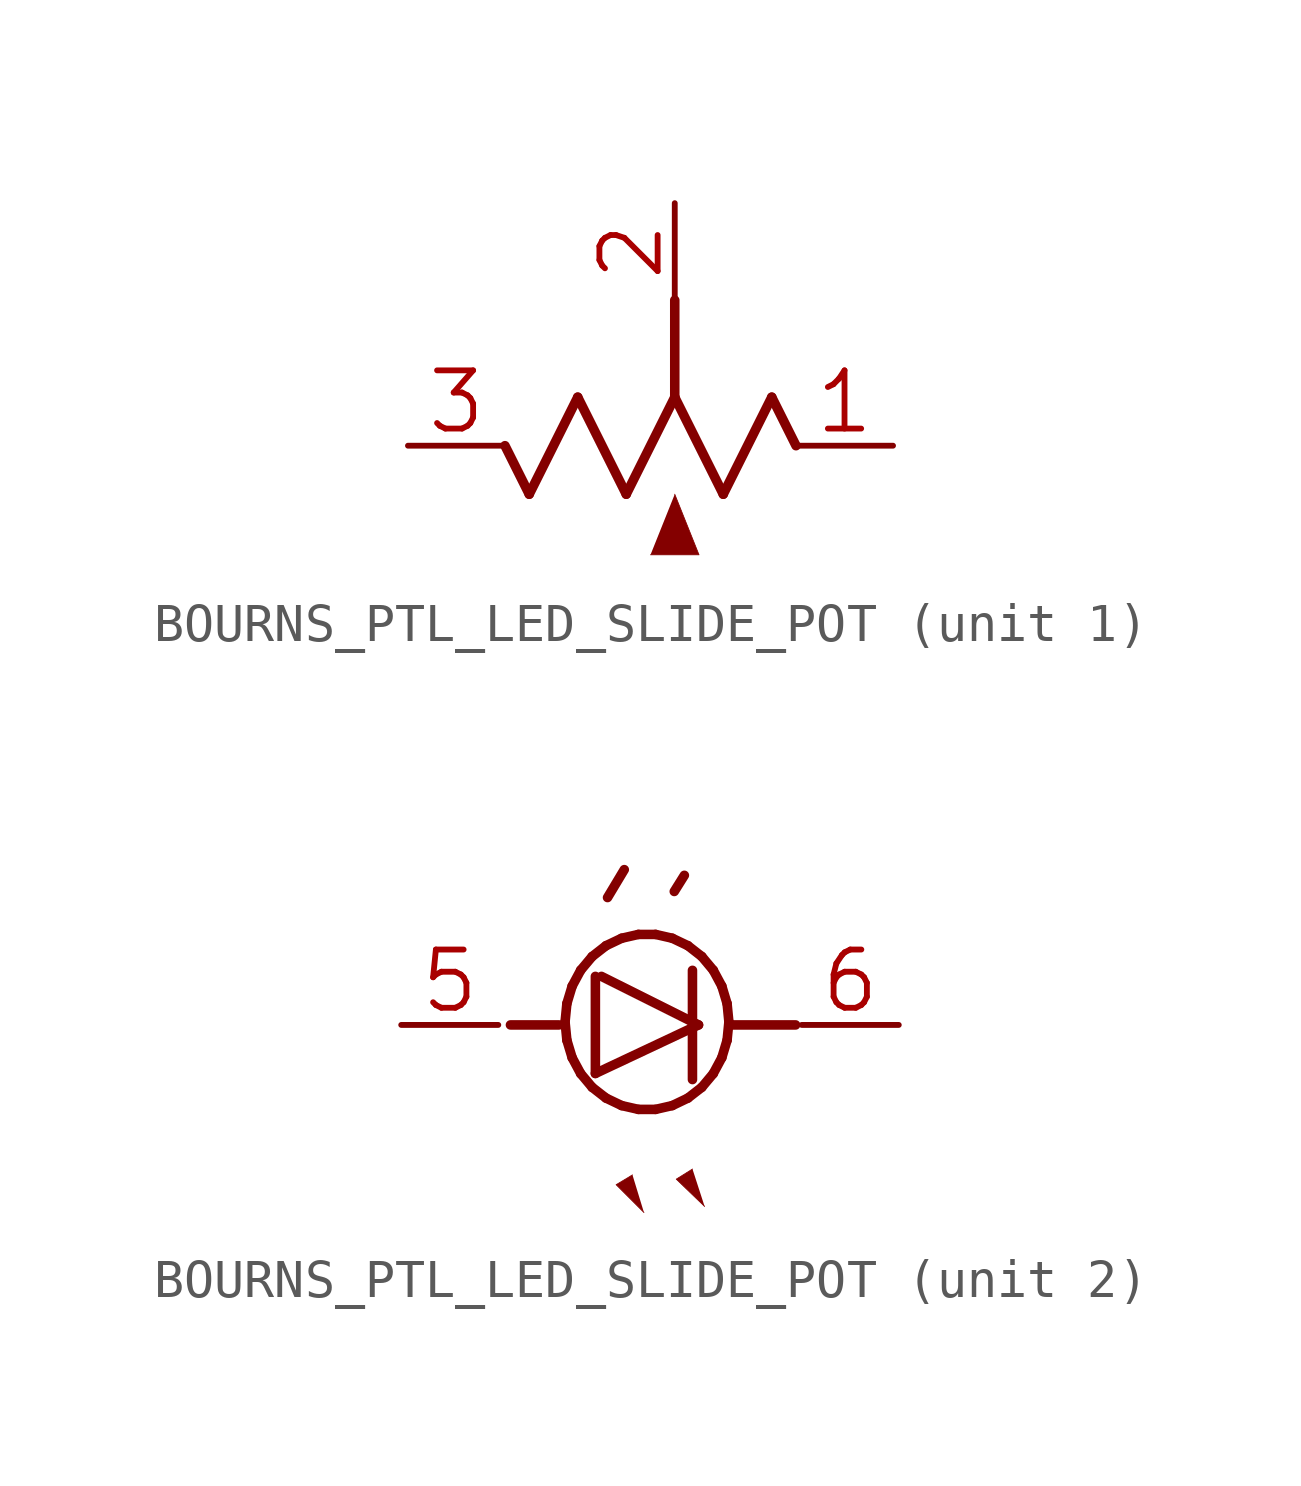
<source format=kicad_sym>
(kicad_symbol_lib
  (version 20241209)
  (generator "kicad_symbol_editor")
  (generator_version "9.0")
  (symbol "BOURNS_PTL_LED_SLIDE_POT"
    (property "Reference" "VR_DENS"
      (at 0 0 0)
      (effects (font (size 1.27 1.27)) (hide yes)))
    (property "ki_locked" ""
      (at 0 0 0)
      (effects (font (size 1.27 1.27))))
    (symbol "BOURNS_PTL_LED_SLIDE_POT_1_0"
      (polyline (pts (xy -3.81 -1.27) (xy -4.445 0)) (stroke (width 0.25) (type solid)) (fill (type none)))
      (polyline (pts (xy -2.54 1.27) (xy -3.81 -1.27)) (stroke (width 0.25) (type solid)) (fill (type none)))
      (polyline (pts (xy -1.27 -1.27) (xy -2.54 1.27)) (stroke (width 0.25) (type solid)) (fill (type none)))
      (polyline (pts (xy 0 3.81) (xy 0 1.27)) (stroke (width 0.25) (type solid)) (fill (type none)))
      (polyline (pts (xy 0 1.27) (xy -1.27 -1.27)) (stroke (width 0.25) (type solid)) (fill (type none)))
      (polyline (pts (xy 0 -1.27) (xy 0.635 -2.857) (xy -0.635 -2.857)) (stroke (width 0.002) (type solid)) (fill (type outline)))
      (polyline (pts (xy 1.27 -1.27) (xy 0 1.27)) (stroke (width 0.25) (type solid)) (fill (type none)))
      (polyline (pts (xy 2.54 1.27) (xy 1.27 -1.27)) (stroke (width 0.25) (type solid)) (fill (type none)))
      (polyline (pts (xy 3.175 0) (xy 2.54 1.27)) (stroke (width 0.25) (type solid)) (fill (type none)))
      (pin passive line (at -6.985 0 0) (length 2.54) (name "CW" (effects (font (size 0 0)))) (number "3" (effects (font (size 1.524 1.524)))))
      (pin passive line (at 0 6.35 270) (length 2.54) (name "W" (effects (font (size 0 0)))) (number "2" (effects (font (size 1.524 1.524)))))
      (pin passive line (at 5.715 0 180) (length 2.54) (name "CCW" (effects (font (size 0 0)))) (number "1" (effects (font (size 1.524 1.524))))))
    (symbol "BOURNS_PTL_LED_SLIDE_POT_2_0"
      (polyline (pts (xy -2.54 -0.006) (xy -3.81 -0.006)) (stroke (width 0.25) (type solid)) (fill (type none)))
      (polyline (pts (xy -2.381 0.073) (xy -2.334 0.552)) (stroke (width 0.25) (type solid)) (fill (type none)))
      (polyline (pts (xy -2.334 0.552) (xy -2.196 1.009)) (stroke (width 0.25) (type solid)) (fill (type none)))
      (polyline (pts (xy -2.334 -0.406) (xy -2.381 0.073)) (stroke (width 0.25) (type solid)) (fill (type none)))
      (polyline (pts (xy -2.196 1.009) (xy -1.972 1.426)) (stroke (width 0.25) (type solid)) (fill (type none)))
      (polyline (pts (xy -2.196 -0.863) (xy -2.334 -0.406)) (stroke (width 0.25) (type solid)) (fill (type none)))
      (polyline (pts (xy -1.972 1.426) (xy -1.672 1.784)) (stroke (width 0.25) (type solid)) (fill (type none)))
      (polyline (pts (xy -1.972 -1.28) (xy -2.196 -0.863)) (stroke (width 0.25) (type solid)) (fill (type none)))
      (polyline (pts (xy -1.672 1.784) (xy -1.31 2.067)) (stroke (width 0.25) (type solid)) (fill (type none)))
      (polyline (pts (xy -1.672 -1.638) (xy -1.972 -1.28)) (stroke (width 0.25) (type solid)) (fill (type none)))
      (polyline (pts (xy -1.588 1.264) (xy -1.588 -1.276)) (stroke (width 0.25) (type solid)) (fill (type none)))
      (polyline (pts (xy -1.588 -1.276) (xy 1.111 -0.006)) (stroke (width 0.25) (type solid)) (fill (type none)))
      (polyline (pts (xy -1.31 2.067) (xy -0.9 2.262)) (stroke (width 0.25) (type solid)) (fill (type none)))
      (polyline (pts (xy -1.31 -1.92) (xy -1.672 -1.638)) (stroke (width 0.25) (type solid)) (fill (type none)))
      (polyline (pts (xy -1.27 3.327) (xy -0.832 4.057)) (stroke (width 0.25) (type solid)) (fill (type none)))
      (polyline (pts (xy -0.9 2.262) (xy -0.462 2.362)) (stroke (width 0.25) (type solid)) (fill (type none)))
      (polyline (pts (xy -0.9 -2.116) (xy -1.31 -1.92)) (stroke (width 0.25) (type solid)) (fill (type none)))
      (polyline (pts (xy -0.462 2.362) (xy -0.014 2.362)) (stroke (width 0.25) (type solid)) (fill (type none)))
      (polyline (pts (xy -0.462 -2.216) (xy -0.9 -2.116)) (stroke (width 0.25) (type solid)) (fill (type none)))
      (polyline (pts (xy -0.317 -4.915) (xy -1.046 -4.186) (xy -0.618 -3.929)) (stroke (width 0.002) (type solid)) (fill (type outline)))
      (polyline (pts (xy -0.014 2.362) (xy 0.424 2.262)) (stroke (width 0.25) (type solid)) (fill (type none)))
      (polyline (pts (xy -0.014 -2.216) (xy -0.462 -2.216)) (stroke (width 0.25) (type solid)) (fill (type none)))
      (polyline (pts (xy 0.424 2.262) (xy 0.833 2.067)) (stroke (width 0.25) (type solid)) (fill (type none)))
      (polyline (pts (xy 0.424 -2.116) (xy -0.014 -2.216)) (stroke (width 0.25) (type solid)) (fill (type none)))
      (polyline (pts (xy 0.476 3.486) (xy 0.74 3.908)) (stroke (width 0.25) (type solid)) (fill (type none)))
      (polyline (pts (xy 0.833 2.067) (xy 1.196 1.784)) (stroke (width 0.25) (type solid)) (fill (type none)))
      (polyline (pts (xy 0.833 -1.92) (xy 0.424 -2.116)) (stroke (width 0.25) (type solid)) (fill (type none)))
      (polyline (pts (xy 0.952 1.422) (xy 0.952 -1.435)) (stroke (width 0.25) (type solid)) (fill (type none)))
      (polyline (pts (xy 1.111 -0.006) (xy -1.429 1.264)) (stroke (width 0.25) (type solid)) (fill (type none)))
      (polyline (pts (xy 1.196 1.784) (xy 1.496 1.426)) (stroke (width 0.25) (type solid)) (fill (type none)))
      (polyline (pts (xy 1.196 -1.638) (xy 0.833 -1.92)) (stroke (width 0.25) (type solid)) (fill (type none)))
      (polyline (pts (xy 1.27 -4.756) (xy 0.528 -4.041) (xy 0.952 -3.776)) (stroke (width 0.002) (type solid)) (fill (type outline)))
      (polyline (pts (xy 1.496 1.426) (xy 1.72 1.009)) (stroke (width 0.25) (type solid)) (fill (type none)))
      (polyline (pts (xy 1.496 -1.28) (xy 1.196 -1.638)) (stroke (width 0.25) (type solid)) (fill (type none)))
      (polyline (pts (xy 1.72 1.009) (xy 1.858 0.552)) (stroke (width 0.25) (type solid)) (fill (type none)))
      (polyline (pts (xy 1.72 -0.863) (xy 1.496 -1.28)) (stroke (width 0.25) (type solid)) (fill (type none)))
      (polyline (pts (xy 1.858 0.552) (xy 1.905 0.073)) (stroke (width 0.25) (type solid)) (fill (type none)))
      (polyline (pts (xy 1.858 -0.406) (xy 1.72 -0.863)) (stroke (width 0.25) (type solid)) (fill (type none)))
      (polyline (pts (xy 1.905 0.073) (xy 1.858 -0.406)) (stroke (width 0.25) (type solid)) (fill (type none)))
      (polyline (pts (xy 1.905 -0.006) (xy 3.651 -0.006)) (stroke (width 0.25) (type solid)) (fill (type none)))
      (pin power_in line (at -6.668 -0.006 0) (length 2.54) (name "gnd@1" (effects (font (size 0 0)))) (number "5" (effects (font (size 1.524 1.524)))))
      (pin power_in line (at 6.35 -0.006 180) (length 2.54) (name "gnd@2" (effects (font (size 0 0)))) (number "6" (effects (font (size 1.524 1.524))))))))
</source>
